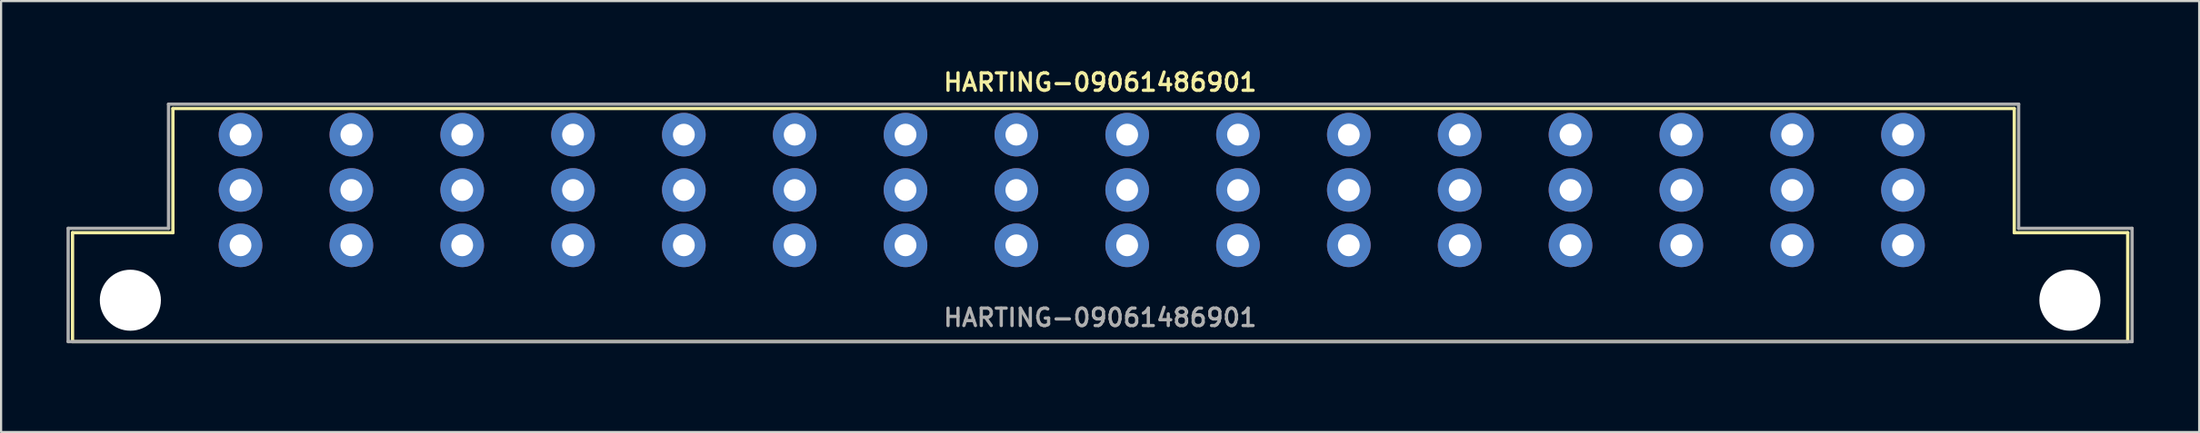
<source format=kicad_pcb>
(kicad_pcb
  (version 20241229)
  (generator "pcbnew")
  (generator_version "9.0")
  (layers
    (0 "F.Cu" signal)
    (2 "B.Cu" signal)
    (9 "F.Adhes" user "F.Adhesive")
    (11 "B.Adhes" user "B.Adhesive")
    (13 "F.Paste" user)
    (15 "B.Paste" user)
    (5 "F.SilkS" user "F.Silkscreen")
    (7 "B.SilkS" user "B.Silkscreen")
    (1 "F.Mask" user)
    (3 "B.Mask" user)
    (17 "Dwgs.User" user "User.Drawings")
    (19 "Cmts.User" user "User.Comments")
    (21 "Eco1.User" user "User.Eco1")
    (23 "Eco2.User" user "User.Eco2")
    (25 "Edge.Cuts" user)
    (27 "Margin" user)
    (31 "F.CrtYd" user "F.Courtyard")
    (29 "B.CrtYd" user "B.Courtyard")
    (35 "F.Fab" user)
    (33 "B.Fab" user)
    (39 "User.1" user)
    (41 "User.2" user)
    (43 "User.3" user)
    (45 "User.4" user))
  (footprint "HARTING-09061486901"
    (layer "F.Cu")
    (at 47.375 13.531)
    (property "Reference" "HARTING-09061486901" (at 0 -12.8 0) (layer "F.SilkS") (effects (font (size 0.8 0.8) (thickness 0.15))))
    (attr through_hole)
    (fp_line (start -47.1 -5.9) (end -47.1 -0.9) (stroke (width 0.15) (type solid)) (layer "F.SilkS"))
    (fp_line (start -47.1 -0.9) (end 47.1 -0.9) (stroke (width 0.15) (type solid)) (layer "F.SilkS"))
    (fp_line (start -42.5 -11.6) (end -42.5 -5.9) (stroke (width 0.15) (type solid)) (layer "F.SilkS"))
    (fp_line (start -42.5 -11.6) (end 41.9 -11.6) (stroke (width 0.15) (type solid)) (layer "F.SilkS"))
    (fp_line (start -42.5 -5.9) (end -47.1 -5.9) (stroke (width 0.15) (type solid)) (layer "F.SilkS"))
    (fp_line (start 41.9 -11.6) (end 41.9 -5.9) (stroke (width 0.15) (type solid)) (layer "F.SilkS"))
    (fp_line (start 41.9 -5.9) (end 47.1 -5.9) (stroke (width 0.15) (type solid)) (layer "F.SilkS"))
    (fp_line (start 47.1 -5.9) (end 47.1 -0.9) (stroke (width 0.15) (type solid)) (layer "F.SilkS"))
    (fp_line (start -47.3 -6.1) (end -42.7 -6.1) (stroke (width 0.15) (type solid)) (layer "F.Fab"))
    (fp_line (start -47.3 -0.9) (end -47.3 -6.1) (stroke (width 0.15) (type solid)) (layer "F.Fab"))
    (fp_line (start -42.7 -11.8) (end 42.1 -11.8) (stroke (width 0.15) (type solid)) (layer "F.Fab"))
    (fp_line (start -42.7 -6.1) (end -42.7 -11.8) (stroke (width 0.15) (type solid)) (layer "F.Fab"))
    (fp_line (start 42.1 -11.8) (end 42.1 -6.1) (stroke (width 0.15) (type solid)) (layer "F.Fab"))
    (fp_line (start 42.1 -6.1) (end 47.3 -6.1) (stroke (width 0.15) (type solid)) (layer "F.Fab"))
    (fp_line (start 47.3 -6.1) (end 47.3 -0.9) (stroke (width 0.15) (type solid)) (layer "F.Fab"))
    (fp_line (start 47.3 -0.9) (end -47.3 -0.9) (stroke (width 0.15) (type solid)) (layer "F.Fab"))
    (fp_text user "${REFERENCE}" (at 0 -2 0) (layer "F.Fab") (effects (font (size 0.8 0.8) (thickness 0.15))))
    (pad "" np_thru_hole circle (at -44.45 -2.8) (size 2.8 2.8) (drill 2.8) (layers "*.Cu" "*.Mask"))
    (pad "" np_thru_hole circle (at 44.45 -2.8) (size 2.8 2.8) (drill 2.8) (layers "*.Cu" "*.Mask"))
    (pad "b2" thru_hole circle (at 36.8 -7.86) (size 2 2) (drill 1) (layers "*.Cu" "*.Mask"))
    (pad "b4" thru_hole circle (at 31.72 -7.86) (size 2 2) (drill 1) (layers "*.Cu" "*.Mask"))
    (pad "b6" thru_hole circle (at 26.64 -7.86) (size 2 2) (drill 1) (layers "*.Cu" "*.Mask"))
    (pad "b8" thru_hole circle (at 21.56 -7.86) (size 2 2) (drill 1) (layers "*.Cu" "*.Mask"))
    (pad "b10" thru_hole circle (at 16.48 -7.86) (size 2 2) (drill 1) (layers "*.Cu" "*.Mask"))
    (pad "b12" thru_hole circle (at 11.4 -7.86) (size 2 2) (drill 1) (layers "*.Cu" "*.Mask"))
    (pad "b14" thru_hole circle (at 6.32 -7.86) (size 2 2) (drill 1) (layers "*.Cu" "*.Mask"))
    (pad "b16" thru_hole circle (at 1.24 -7.86) (size 2 2) (drill 1) (layers "*.Cu" "*.Mask"))
    (pad "b18" thru_hole circle (at -3.84 -7.86) (size 2 2) (drill 1) (layers "*.Cu" "*.Mask"))
    (pad "b20" thru_hole circle (at -8.92 -7.86) (size 2 2) (drill 1) (layers "*.Cu" "*.Mask"))
    (pad "b22" thru_hole circle (at -14 -7.86) (size 2 2) (drill 1) (layers "*.Cu" "*.Mask"))
    (pad "b24" thru_hole circle (at -19.08 -7.86) (size 2 2) (drill 1) (layers "*.Cu" "*.Mask"))
    (pad "b26" thru_hole circle (at -24.16 -7.86) (size 2 2) (drill 1) (layers "*.Cu" "*.Mask"))
    (pad "b28" thru_hole circle (at -29.24 -7.86) (size 2 2) (drill 1) (layers "*.Cu" "*.Mask"))
    (pad "b30" thru_hole circle (at -34.32 -7.86) (size 2 2) (drill 1) (layers "*.Cu" "*.Mask"))
    (pad "b32" thru_hole circle (at -39.4 -7.86) (size 2 2) (drill 1) (layers "*.Cu" "*.Mask"))
    (pad "d2" thru_hole circle (at 36.8 -10.4) (size 2 2) (drill 1) (layers "*.Cu" "*.Mask"))
    (pad "d4" thru_hole circle (at 31.72 -10.4) (size 2 2) (drill 1) (layers "*.Cu" "*.Mask"))
    (pad "d6" thru_hole circle (at 26.64 -10.4) (size 2 2) (drill 1) (layers "*.Cu" "*.Mask"))
    (pad "d8" thru_hole circle (at 21.56 -10.4) (size 2 2) (drill 1) (layers "*.Cu" "*.Mask"))
    (pad "d10" thru_hole circle (at 16.48 -10.4) (size 2 2) (drill 1) (layers "*.Cu" "*.Mask"))
    (pad "d12" thru_hole circle (at 11.4 -10.4) (size 2 2) (drill 1) (layers "*.Cu" "*.Mask"))
    (pad "d14" thru_hole circle (at 6.32 -10.4) (size 2 2) (drill 1) (layers "*.Cu" "*.Mask"))
    (pad "d16" thru_hole circle (at 1.24 -10.4) (size 2 2) (drill 1) (layers "*.Cu" "*.Mask"))
    (pad "d18" thru_hole circle (at -3.84 -10.4) (size 2 2) (drill 1) (layers "*.Cu" "*.Mask"))
    (pad "d20" thru_hole circle (at -8.92 -10.4) (size 2 2) (drill 1) (layers "*.Cu" "*.Mask"))
    (pad "d22" thru_hole circle (at -14 -10.4) (size 2 2) (drill 1) (layers "*.Cu" "*.Mask"))
    (pad "d24" thru_hole circle (at -19.08 -10.4) (size 2 2) (drill 1) (layers "*.Cu" "*.Mask"))
    (pad "d26" thru_hole circle (at -24.16 -10.4) (size 2 2) (drill 1) (layers "*.Cu" "*.Mask"))
    (pad "d28" thru_hole circle (at -29.24 -10.4) (size 2 2) (drill 1) (layers "*.Cu" "*.Mask"))
    (pad "d30" thru_hole circle (at -34.32 -10.4) (size 2 2) (drill 1) (layers "*.Cu" "*.Mask"))
    (pad "d32" thru_hole circle (at -39.4 -10.4) (size 2 2) (drill 1) (layers "*.Cu" "*.Mask"))
    (pad "z2" thru_hole circle (at 36.8 -5.32) (size 2 2) (drill 1) (layers "*.Cu" "*.Mask"))
    (pad "z4" thru_hole circle (at 31.72 -5.32) (size 2 2) (drill 1) (layers "*.Cu" "*.Mask"))
    (pad "z6" thru_hole circle (at 26.64 -5.32) (size 2 2) (drill 1) (layers "*.Cu" "*.Mask"))
    (pad "z8" thru_hole circle (at 21.56 -5.32) (size 2 2) (drill 1) (layers "*.Cu" "*.Mask"))
    (pad "z10" thru_hole circle (at 16.48 -5.32) (size 2 2) (drill 1) (layers "*.Cu" "*.Mask"))
    (pad "z12" thru_hole circle (at 11.4 -5.32) (size 2 2) (drill 1) (layers "*.Cu" "*.Mask"))
    (pad "z14" thru_hole circle (at 6.32 -5.32) (size 2 2) (drill 1) (layers "*.Cu" "*.Mask"))
    (pad "z16" thru_hole circle (at 1.24 -5.32) (size 2 2) (drill 1) (layers "*.Cu" "*.Mask"))
    (pad "z18" thru_hole circle (at -3.84 -5.32) (size 2 2) (drill 1) (layers "*.Cu" "*.Mask"))
    (pad "z20" thru_hole circle (at -8.92 -5.32) (size 2 2) (drill 1) (layers "*.Cu" "*.Mask"))
    (pad "z22" thru_hole circle (at -14 -5.32) (size 2 2) (drill 1) (layers "*.Cu" "*.Mask"))
    (pad "z24" thru_hole circle (at -19.08 -5.32) (size 2 2) (drill 1) (layers "*.Cu" "*.Mask"))
    (pad "z26" thru_hole circle (at -24.16 -5.32) (size 2 2) (drill 1) (layers "*.Cu" "*.Mask"))
    (pad "z28" thru_hole circle (at -29.24 -5.32) (size 2 2) (drill 1) (layers "*.Cu" "*.Mask"))
    (pad "z30" thru_hole circle (at -34.32 -5.32) (size 2 2) (drill 1) (layers "*.Cu" "*.Mask"))
    (pad "z32" thru_hole circle (at -39.4 -5.32) (size 2 2) (drill 1) (layers "*.Cu" "*.Mask")))
  (gr_rect
    (start -3 -3)
    (end 97.75 16.781)
    (stroke (width 0.1) (type default))
    (fill no)
    (layer "Edge.Cuts")))
</source>
